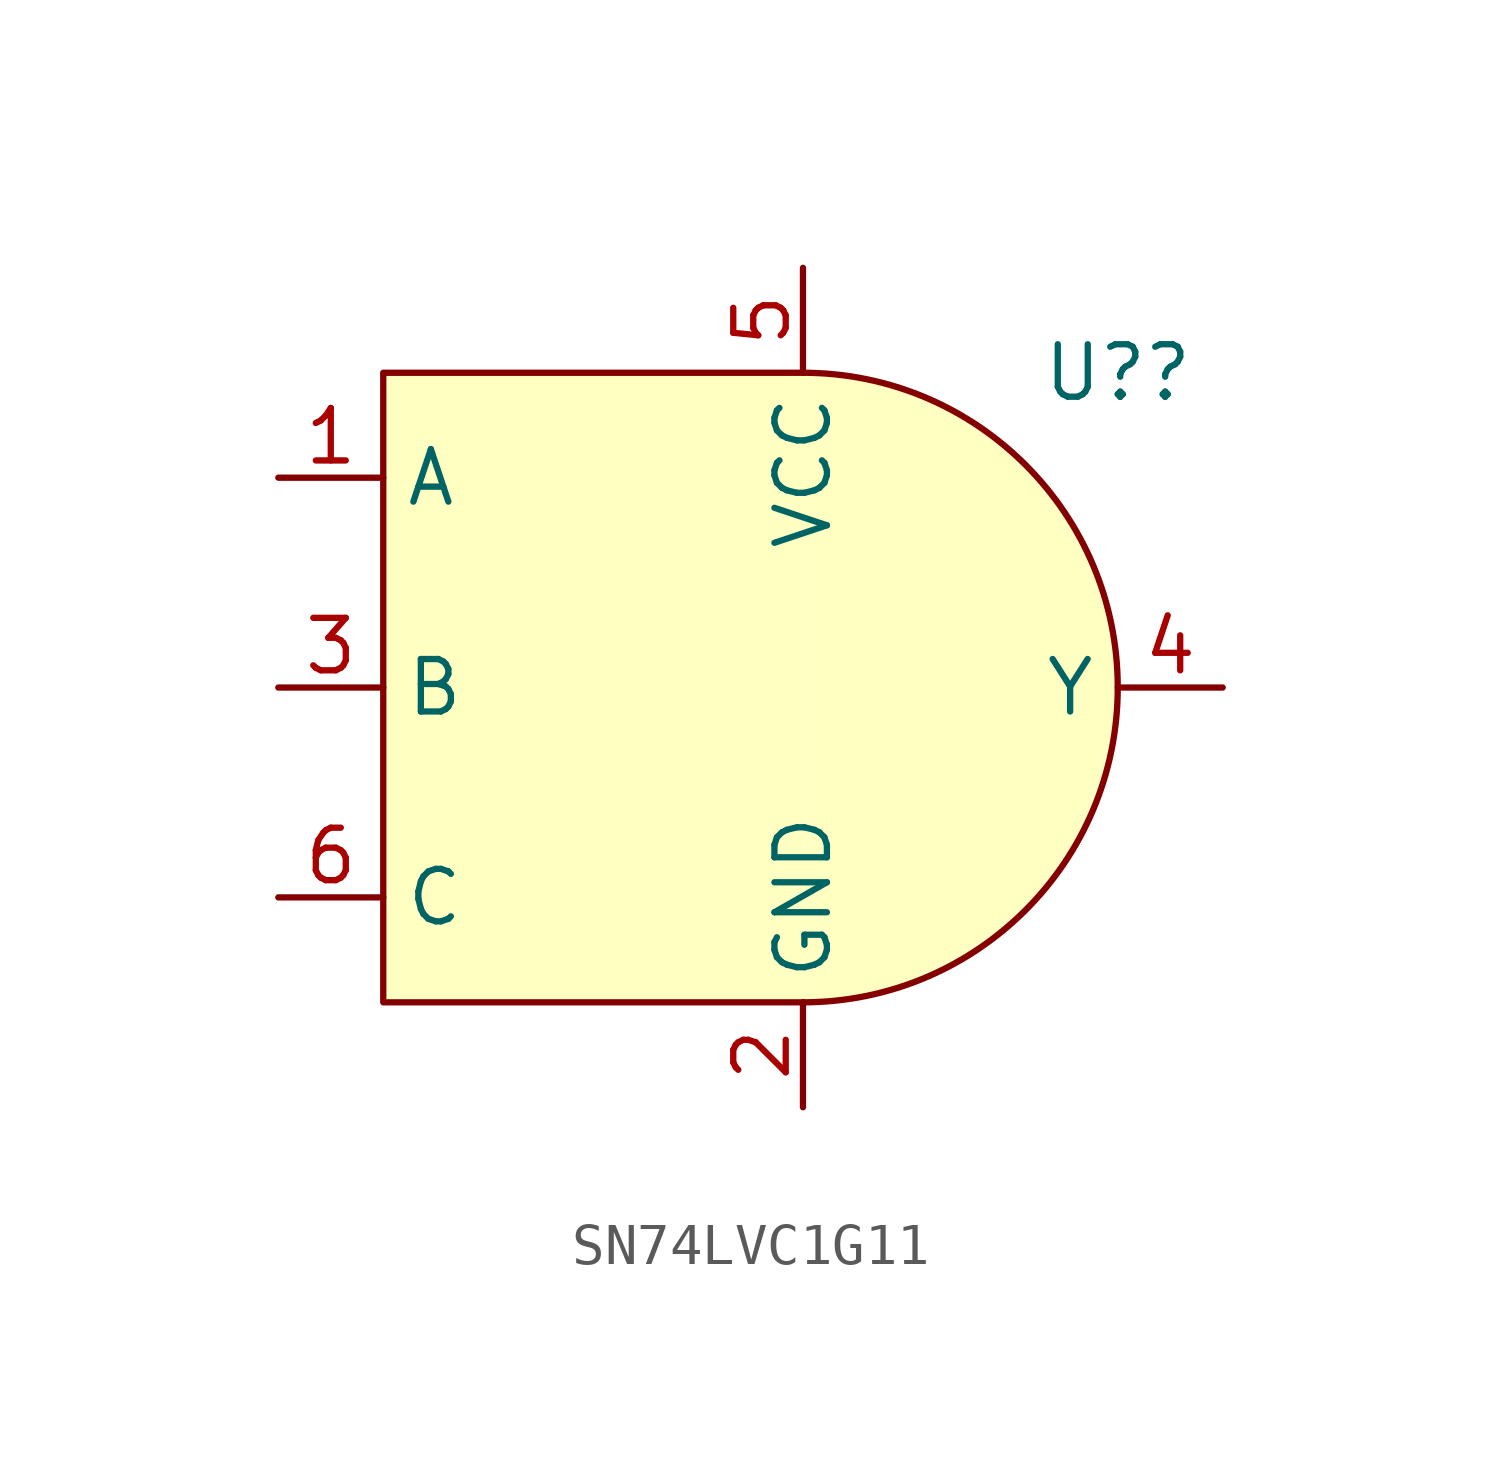
<source format=kicad_sym>
(kicad_symbol_lib
  (version 20241209)
  (generator "kicad_symbol_editor")
  (generator_version "9.0")
  (symbol "SN74LVC1G11"
    (property "Reference" "U?"
      (at 7.62 7.62 0)
      (effects (font (size 1.27 1.27))))
    (property "Value" ""
      (at 0 0 0)
      (effects (font (size 1.27 1.27))))
    (symbol "SN74LVC1G11_1_1"
      (arc (start 0 7.62) (mid 7.62 0) (end 0 -7.62) (stroke (width 0) (type solid)) (fill (type background)))
      (polyline (pts (xy 0 -7.62) (xy -10.16 -7.62) (xy -10.16 7.62) (xy 0 7.62)) (stroke (width 0) (type solid)) (fill (type background)))
      (pin input line (at -12.7 5.08 0) (length 2.54) (name "A" (effects (font (size 1.27 1.27)))) (number "1" (effects (font (size 1.27 1.27)))))
      (pin input line (at -12.7 0 0) (length 2.54) (name "B" (effects (font (size 1.27 1.27)))) (number "3" (effects (font (size 1.27 1.27)))))
      (pin input line (at -12.7 -5.08 0) (length 2.54) (name "C" (effects (font (size 1.27 1.27)))) (number "6" (effects (font (size 1.27 1.27)))))
      (pin power_in line (at 0 10.16 270) (length 2.54) (name "VCC" (effects (font (size 1.27 1.27)))) (number "5" (effects (font (size 1.27 1.27)))))
      (pin power_out line (at 0 -10.16 90) (length 2.54) (name "GND" (effects (font (size 1.27 1.27)))) (number "2" (effects (font (size 1.27 1.27)))))
      (pin output line (at 10.16 0 180) (length 2.54) (name "Y" (effects (font (size 1.27 1.27)))) (number "4" (effects (font (size 1.27 1.27))))))))
</source>
